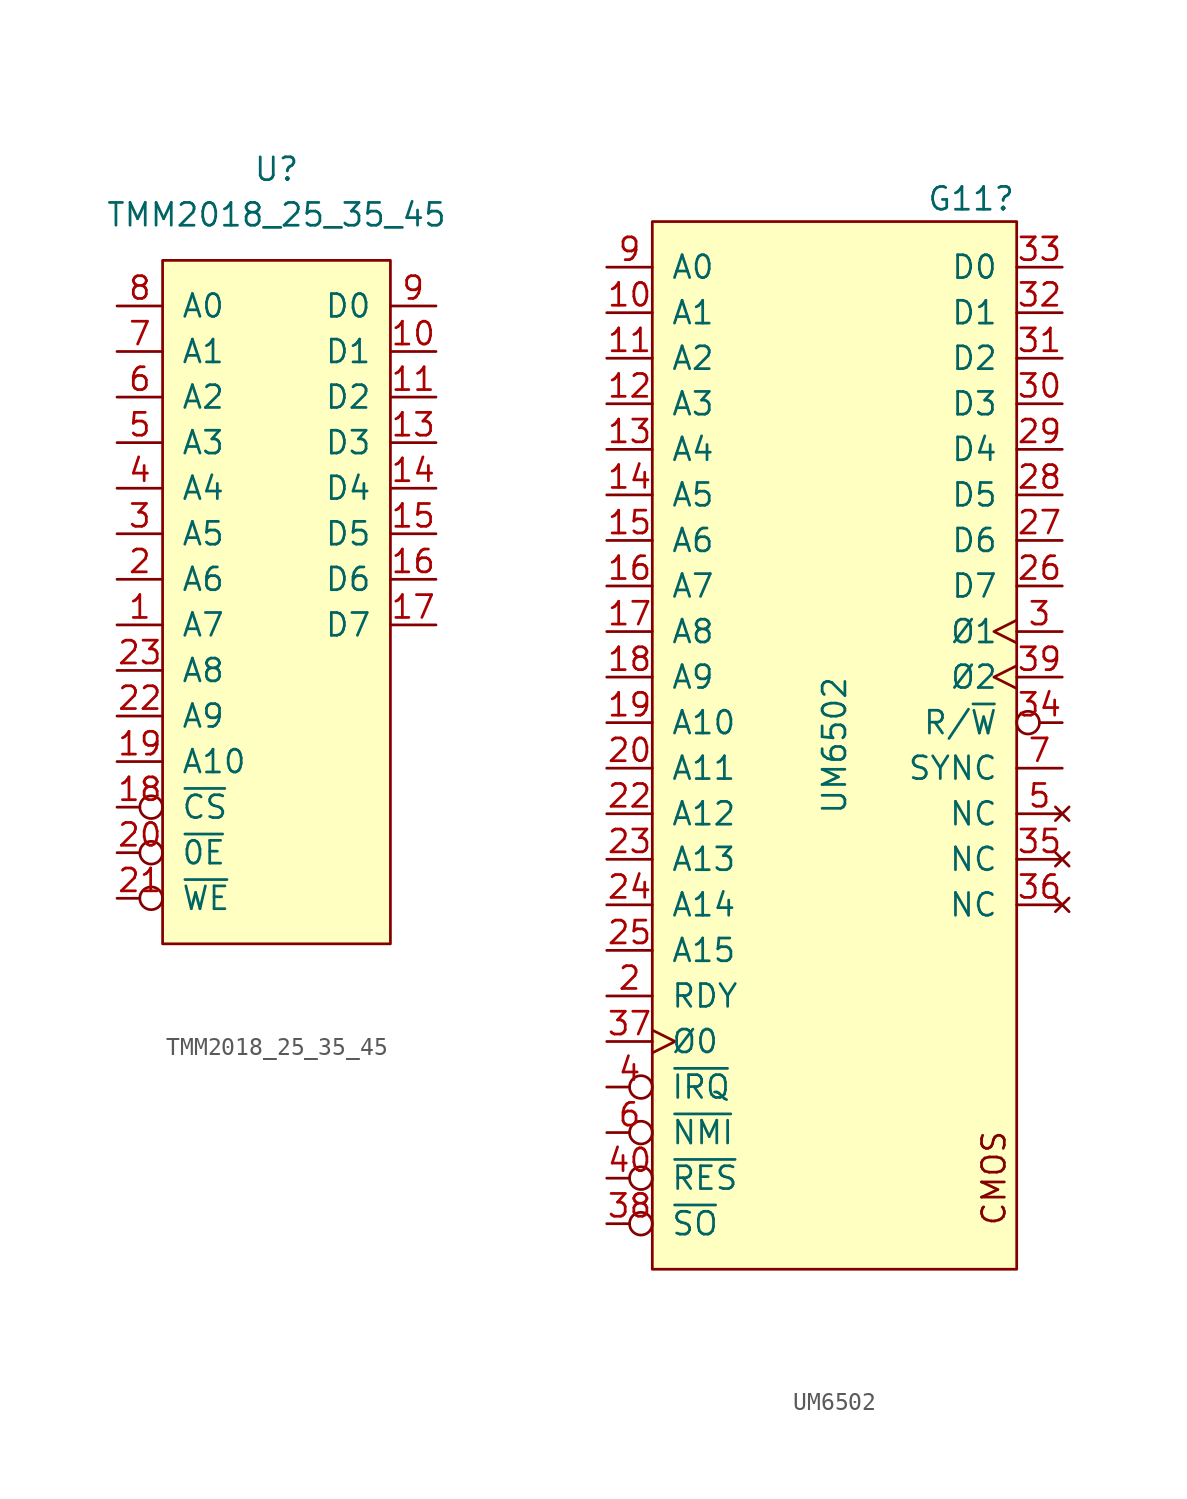
<source format=kicad_sym>
(kicad_symbol_lib
  (version 20231120)
  (generator "kicad_symbol_editor")
  (generator_version "8.0")
  (symbol "TMM2018_25_35_45"
    (pin_names
      (offset 1.016))
    (property "Reference" "U"
      (at 0 10.16 0)
      (effects (font (size 1.27 1.27))))
    (property "Value" "TMM2018_25_35_45"
      (at 0 7.62 0)
      (effects (font (size 1.27 1.27))))
    (symbol "TMM2018_25_35_45_0_1"
      (rectangle (start -6.35 5.08) (end 6.35 -33.02) (stroke (width 0) (type default)) (fill (type background))))
    (symbol "TMM2018_25_35_45_1_1"
      (pin input line (at -8.89 -15.24 0) (length 2.54) (name "A7" (effects (font (size 1.27 1.27)))) (number "1" (effects (font (size 1.27 1.27)))))
      (pin bidirectional line (at 8.89 0 180) (length 2.54) (name "D1" (effects (font (size 1.27 1.27)))) (number "10" (effects (font (size 1.27 1.27)))))
      (pin bidirectional line (at 8.89 -2.54 180) (length 2.54) (name "D2" (effects (font (size 1.27 1.27)))) (number "11" (effects (font (size 1.27 1.27)))))
      (pin power_in line (at 0 -33.02 90) (length 2.54) hide (name "GND" (effects (font (size 1.27 1.27)))) (number "12" (effects (font (size 1.27 1.27)))))
      (pin bidirectional line (at 8.89 -5.08 180) (length 2.54) (name "D3" (effects (font (size 1.27 1.27)))) (number "13" (effects (font (size 1.27 1.27)))))
      (pin bidirectional line (at 8.89 -7.62 180) (length 2.54) (name "D4" (effects (font (size 1.27 1.27)))) (number "14" (effects (font (size 1.27 1.27)))))
      (pin bidirectional line (at 8.89 -10.16 180) (length 2.54) (name "D5" (effects (font (size 1.27 1.27)))) (number "15" (effects (font (size 1.27 1.27)))))
      (pin bidirectional line (at 8.89 -12.7 180) (length 2.54) (name "D6" (effects (font (size 1.27 1.27)))) (number "16" (effects (font (size 1.27 1.27)))))
      (pin bidirectional line (at 8.89 -15.24 180) (length 2.54) (name "D7" (effects (font (size 1.27 1.27)))) (number "17" (effects (font (size 1.27 1.27)))))
      (pin input inverted (at -8.89 -25.4 0) (length 2.54) (name "~{CS}" (effects (font (size 1.27 1.27)))) (number "18" (effects (font (size 1.27 1.27)))))
      (pin input line (at -8.89 -22.86 0) (length 2.54) (name "A10" (effects (font (size 1.27 1.27)))) (number "19" (effects (font (size 1.27 1.27)))))
      (pin input line (at -8.89 -12.7 0) (length 2.54) (name "A6" (effects (font (size 1.27 1.27)))) (number "2" (effects (font (size 1.27 1.27)))))
      (pin input inverted (at -8.89 -27.94 0) (length 2.54) (name "~{0E}" (effects (font (size 1.27 1.27)))) (number "20" (effects (font (size 1.27 1.27)))))
      (pin input inverted (at -8.89 -30.48 0) (length 2.54) (name "~{WE}" (effects (font (size 1.27 1.27)))) (number "21" (effects (font (size 1.27 1.27)))))
      (pin input line (at -8.89 -20.32 0) (length 2.54) (name "A9" (effects (font (size 1.27 1.27)))) (number "22" (effects (font (size 1.27 1.27)))))
      (pin input line (at -8.89 -17.78 0) (length 2.54) (name "A8" (effects (font (size 1.27 1.27)))) (number "23" (effects (font (size 1.27 1.27)))))
      (pin power_in line (at 0 5.08 270) (length 2.54) hide (name "VCC" (effects (font (size 1.27 1.27)))) (number "24" (effects (font (size 1.27 1.27)))))
      (pin input line (at -8.89 -10.16 0) (length 2.54) (name "A5" (effects (font (size 1.27 1.27)))) (number "3" (effects (font (size 1.27 1.27)))))
      (pin input line (at -8.89 -7.62 0) (length 2.54) (name "A4" (effects (font (size 1.27 1.27)))) (number "4" (effects (font (size 1.27 1.27)))))
      (pin input line (at -8.89 -5.08 0) (length 2.54) (name "A3" (effects (font (size 1.27 1.27)))) (number "5" (effects (font (size 1.27 1.27)))))
      (pin input line (at -8.89 -2.54 0) (length 2.54) (name "A2" (effects (font (size 1.27 1.27)))) (number "6" (effects (font (size 1.27 1.27)))))
      (pin input line (at -8.89 0 0) (length 2.54) (name "A1" (effects (font (size 1.27 1.27)))) (number "7" (effects (font (size 1.27 1.27)))))
      (pin input line (at -8.89 2.54 0) (length 2.54) (name "A0" (effects (font (size 1.27 1.27)))) (number "8" (effects (font (size 1.27 1.27)))))
      (pin bidirectional line (at 8.89 2.54 180) (length 2.54) (name "D0" (effects (font (size 1.27 1.27)))) (number "9" (effects (font (size 1.27 1.27)))))))
  (symbol "UM6502"
    (pin_names
      (offset 1.016))
    (property "Reference" "G11"
      (at 7.62 30.48 0)
      (effects (font (size 1.27 1.27))))
    (property "Value" "UM6502"
      (at 0 0 90)
      (effects (font (size 1.27 1.27))))
    (symbol "UM6502_0_0"
      (text "CMOS" (at 8.89 -24.13 900) (effects (font (size 1.27 1.27)))))
    (symbol "UM6502_0_1"
      (rectangle (start -10.16 29.21) (end 10.16 -29.21) (stroke (width 0) (type default)) (fill (type background))))
    (symbol "UM6502_1_1"
      (pin power_in line (at -1.27 -29.21 90) (length 2.54) hide (name "VSS" (effects (font (size 1.27 1.27)))) (number "1" (effects (font (size 1.27 1.27)))))
      (pin output line (at -12.7 24.13 0) (length 2.54) (name "A1" (effects (font (size 1.27 1.27)))) (number "10" (effects (font (size 1.27 1.27)))))
      (pin output line (at -12.7 21.59 0) (length 2.54) (name "A2" (effects (font (size 1.27 1.27)))) (number "11" (effects (font (size 1.27 1.27)))))
      (pin output line (at -12.7 19.05 0) (length 2.54) (name "A3" (effects (font (size 1.27 1.27)))) (number "12" (effects (font (size 1.27 1.27)))))
      (pin output line (at -12.7 16.51 0) (length 2.54) (name "A4" (effects (font (size 1.27 1.27)))) (number "13" (effects (font (size 1.27 1.27)))))
      (pin output line (at -12.7 13.97 0) (length 2.54) (name "A5" (effects (font (size 1.27 1.27)))) (number "14" (effects (font (size 1.27 1.27)))))
      (pin output line (at -12.7 11.43 0) (length 2.54) (name "A6" (effects (font (size 1.27 1.27)))) (number "15" (effects (font (size 1.27 1.27)))))
      (pin output line (at -12.7 8.89 0) (length 2.54) (name "A7" (effects (font (size 1.27 1.27)))) (number "16" (effects (font (size 1.27 1.27)))))
      (pin output line (at -12.7 6.35 0) (length 2.54) (name "A8" (effects (font (size 1.27 1.27)))) (number "17" (effects (font (size 1.27 1.27)))))
      (pin output line (at -12.7 3.81 0) (length 2.54) (name "A9" (effects (font (size 1.27 1.27)))) (number "18" (effects (font (size 1.27 1.27)))))
      (pin output line (at -12.7 1.27 0) (length 2.54) (name "A10" (effects (font (size 1.27 1.27)))) (number "19" (effects (font (size 1.27 1.27)))))
      (pin input line (at -12.7 -13.97 0) (length 2.54) (name "RDY" (effects (font (size 1.27 1.27)))) (number "2" (effects (font (size 1.27 1.27)))))
      (pin output line (at -12.7 -1.27 0) (length 2.54) (name "A11" (effects (font (size 1.27 1.27)))) (number "20" (effects (font (size 1.27 1.27)))))
      (pin power_in line (at 1.27 -29.21 90) (length 2.54) hide (name "VSS" (effects (font (size 1.27 1.27)))) (number "21" (effects (font (size 1.27 1.27)))))
      (pin output line (at -12.7 -3.81 0) (length 2.54) (name "A12" (effects (font (size 1.27 1.27)))) (number "22" (effects (font (size 1.27 1.27)))))
      (pin output line (at -12.7 -6.35 0) (length 2.54) (name "A13" (effects (font (size 1.27 1.27)))) (number "23" (effects (font (size 1.27 1.27)))))
      (pin output line (at -12.7 -8.89 0) (length 2.54) (name "A14" (effects (font (size 1.27 1.27)))) (number "24" (effects (font (size 1.27 1.27)))))
      (pin output line (at -12.7 -11.43 0) (length 2.54) (name "A15" (effects (font (size 1.27 1.27)))) (number "25" (effects (font (size 1.27 1.27)))))
      (pin tri_state line (at 12.7 8.89 180) (length 2.54) (name "D7" (effects (font (size 1.27 1.27)))) (number "26" (effects (font (size 1.27 1.27)))))
      (pin tri_state line (at 12.7 11.43 180) (length 2.54) (name "D6" (effects (font (size 1.27 1.27)))) (number "27" (effects (font (size 1.27 1.27)))))
      (pin tri_state line (at 12.7 13.97 180) (length 2.54) (name "D5" (effects (font (size 1.27 1.27)))) (number "28" (effects (font (size 1.27 1.27)))))
      (pin tri_state line (at 12.7 16.51 180) (length 2.54) (name "D4" (effects (font (size 1.27 1.27)))) (number "29" (effects (font (size 1.27 1.27)))))
      (pin output clock (at 12.7 6.35 180) (length 2.54) (name "Ø1" (effects (font (size 1.27 1.27)))) (number "3" (effects (font (size 1.27 1.27)))))
      (pin tri_state line (at 12.7 19.05 180) (length 2.54) (name "D3" (effects (font (size 1.27 1.27)))) (number "30" (effects (font (size 1.27 1.27)))))
      (pin tri_state line (at 12.7 21.59 180) (length 2.54) (name "D2" (effects (font (size 1.27 1.27)))) (number "31" (effects (font (size 1.27 1.27)))))
      (pin tri_state line (at 12.7 24.13 180) (length 2.54) (name "D1" (effects (font (size 1.27 1.27)))) (number "32" (effects (font (size 1.27 1.27)))))
      (pin tri_state line (at 12.7 26.67 180) (length 2.54) (name "D0" (effects (font (size 1.27 1.27)))) (number "33" (effects (font (size 1.27 1.27)))))
      (pin output inverted (at 12.7 1.27 180) (length 2.54) (name "R/~{W}" (effects (font (size 1.27 1.27)))) (number "34" (effects (font (size 1.27 1.27)))))
      (pin no_connect line (at 12.7 -6.35 180) (length 2.54) (name "NC" (effects (font (size 1.27 1.27)))) (number "35" (effects (font (size 1.27 1.27)))))
      (pin no_connect line (at 12.7 -8.89 180) (length 2.54) (name "NC" (effects (font (size 1.27 1.27)))) (number "36" (effects (font (size 1.27 1.27)))))
      (pin input clock (at -12.7 -16.51 0) (length 2.54) (name "Ø0" (effects (font (size 1.27 1.27)))) (number "37" (effects (font (size 1.27 1.27)))))
      (pin input inverted (at -12.7 -26.67 0) (length 2.54) (name "~{SO}" (effects (font (size 1.27 1.27)))) (number "38" (effects (font (size 1.27 1.27)))))
      (pin output clock (at 12.7 3.81 180) (length 2.54) (name "Ø2" (effects (font (size 1.27 1.27)))) (number "39" (effects (font (size 1.27 1.27)))))
      (pin input inverted (at -12.7 -19.05 0) (length 2.54) (name "~{IRQ}" (effects (font (size 1.27 1.27)))) (number "4" (effects (font (size 1.27 1.27)))))
      (pin input inverted (at -12.7 -24.13 0) (length 2.54) (name "~{RES}" (effects (font (size 1.27 1.27)))) (number "40" (effects (font (size 1.27 1.27)))))
      (pin no_connect line (at 12.7 -3.81 180) (length 2.54) (name "NC" (effects (font (size 1.27 1.27)))) (number "5" (effects (font (size 1.27 1.27)))))
      (pin input inverted (at -12.7 -21.59 0) (length 2.54) (name "~{NMI}" (effects (font (size 1.27 1.27)))) (number "6" (effects (font (size 1.27 1.27)))))
      (pin output line (at 12.7 -1.27 180) (length 2.54) (name "SYNC" (effects (font (size 1.27 1.27)))) (number "7" (effects (font (size 1.27 1.27)))))
      (pin power_in line (at 0 29.21 270) (length 2.54) hide (name "VCC" (effects (font (size 1.27 1.27)))) (number "8" (effects (font (size 1.27 1.27)))))
      (pin output line (at -12.7 26.67 0) (length 2.54) (name "A0" (effects (font (size 1.27 1.27)))) (number "9" (effects (font (size 1.27 1.27))))))))
</source>
